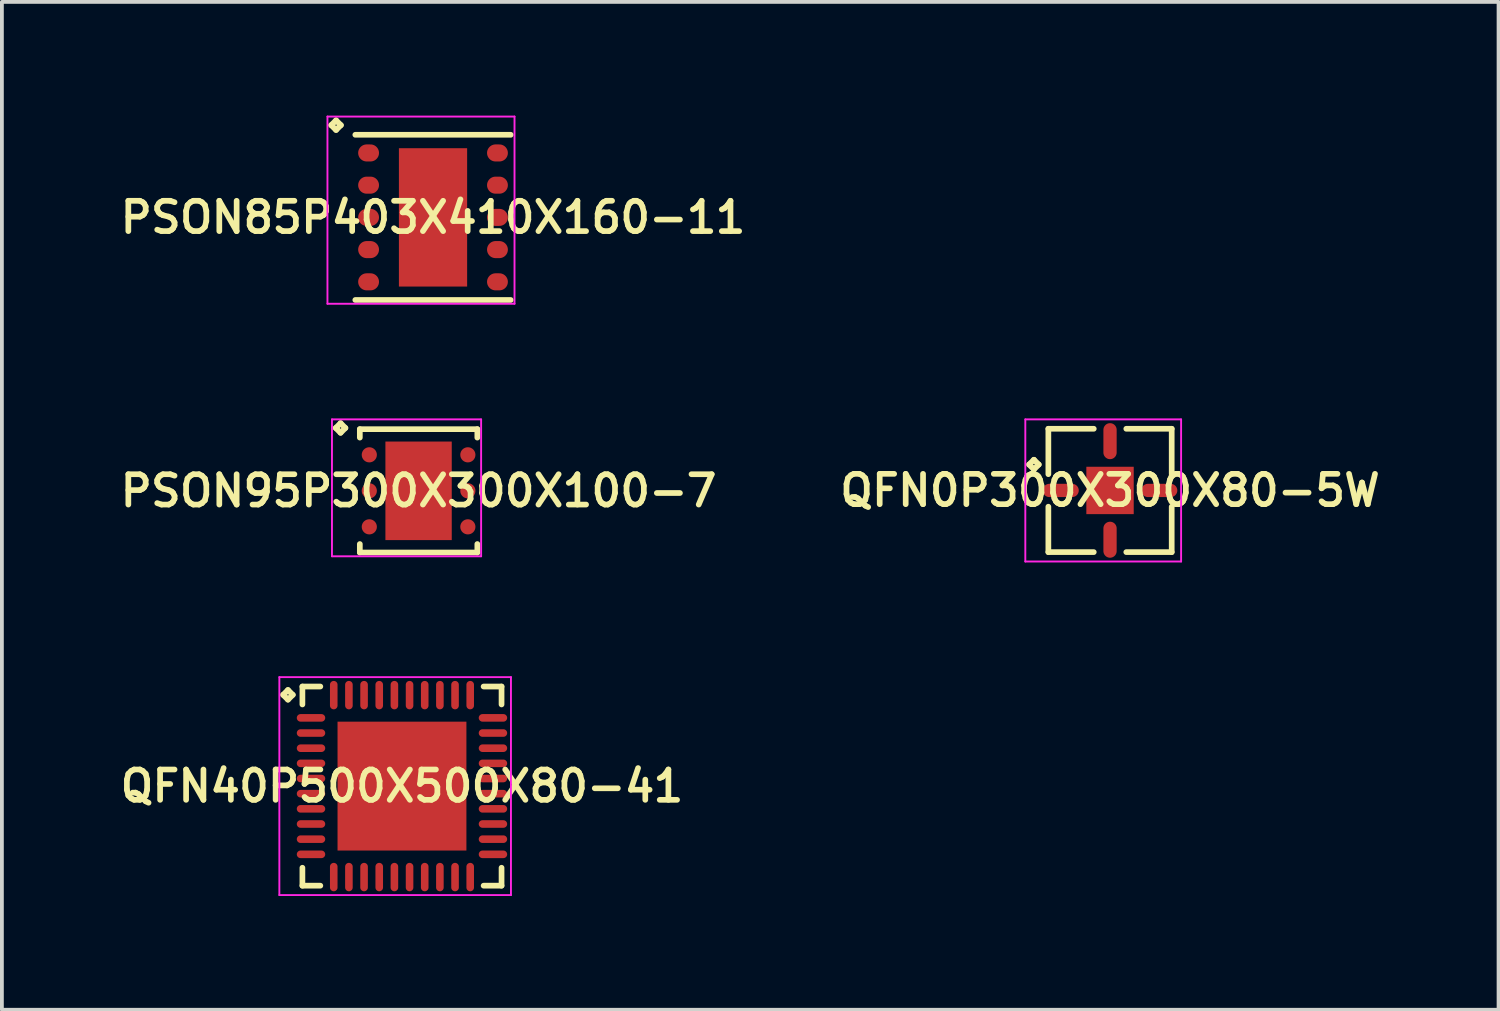
<source format=kicad_pcb>
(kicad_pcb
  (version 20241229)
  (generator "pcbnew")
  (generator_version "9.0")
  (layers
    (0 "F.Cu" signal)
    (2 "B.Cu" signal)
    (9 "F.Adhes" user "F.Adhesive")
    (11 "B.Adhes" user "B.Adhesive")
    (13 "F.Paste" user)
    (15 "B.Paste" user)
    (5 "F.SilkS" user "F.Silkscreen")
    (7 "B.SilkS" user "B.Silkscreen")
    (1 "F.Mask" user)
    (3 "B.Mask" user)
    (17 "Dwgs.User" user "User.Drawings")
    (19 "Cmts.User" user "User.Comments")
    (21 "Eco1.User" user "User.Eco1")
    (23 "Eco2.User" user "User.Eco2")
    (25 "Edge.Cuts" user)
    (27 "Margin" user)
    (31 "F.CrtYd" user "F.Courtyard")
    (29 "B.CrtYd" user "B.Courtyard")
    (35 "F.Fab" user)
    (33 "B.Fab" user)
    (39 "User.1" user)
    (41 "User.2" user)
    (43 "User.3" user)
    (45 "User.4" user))
  (footprint "QFN0P300X300X80-5W"
    (layer "F.Cu")
    (at 26.235 9.889)
    (property "Reference" "QFN0P300X300X80-5W" (at 0 0 0) (layer "F.SilkS") (effects (font (size 0.8 0.8) (thickness 0.15))))
    (attr smd)
    (fp_line (start -2.135 -0.683) (end -2.008 -0.81) (stroke (width 0.15) (type solid)) (layer "F.SilkS"))
    (fp_line (start -2.008 -0.81) (end -1.881 -0.683) (stroke (width 0.15) (type solid)) (layer "F.SilkS"))
    (fp_line (start -2.008 -0.556) (end -2.135 -0.683) (stroke (width 0.15) (type solid)) (layer "F.SilkS"))
    (fp_line (start -1.881 -0.683) (end -2.008 -0.556) (stroke (width 0.15) (type solid)) (layer "F.SilkS"))
    (fp_line (start -1.627 -1.627) (end -0.429 -1.627) (stroke (width 0.15) (type solid)) (layer "F.SilkS"))
    (fp_line (start -1.627 -0.429) (end -1.627 -1.627) (stroke (width 0.15) (type solid)) (layer "F.SilkS"))
    (fp_line (start -1.627 0.429) (end -1.627 1.627) (stroke (width 0.15) (type solid)) (layer "F.SilkS"))
    (fp_line (start -1.627 1.627) (end -0.429 1.627) (stroke (width 0.15) (type solid)) (layer "F.SilkS"))
    (fp_line (start 0.429 -1.627) (end 1.627 -1.627) (stroke (width 0.15) (type solid)) (layer "F.SilkS"))
    (fp_line (start 0.429 1.627) (end 1.627 1.627) (stroke (width 0.15) (type solid)) (layer "F.SilkS"))
    (fp_line (start 1.627 -1.627) (end 1.627 -0.429) (stroke (width 0.15) (type solid)) (layer "F.SilkS"))
    (fp_line (start 1.627 1.627) (end 1.627 0.429) (stroke (width 0.15) (type solid)) (layer "F.SilkS"))
    (fp_line (start -2.235 -1.875) (end 1.875 -1.875) (stroke (width 0.05) (type solid)) (layer "F.CrtYd"))
    (fp_line (start -2.235 1.875) (end -2.235 -1.875) (stroke (width 0.05) (type solid)) (layer "F.CrtYd"))
    (fp_line (start 1.875 -1.875) (end 1.875 1.875) (stroke (width 0.05) (type solid)) (layer "F.CrtYd"))
    (fp_line (start 1.875 1.875) (end -2.235 1.875) (stroke (width 0.05) (type solid)) (layer "F.CrtYd"))
    (pad "1" smd oval (at -1.3 0) (size 0.95 0.35) (layers "F.Cu" "F.Mask" "F.Paste"))
    (pad "2" smd oval (at 0 1.3) (size 0.35 0.95) (layers "F.Cu" "F.Mask" "F.Paste"))
    (pad "3" smd oval (at 1.3 0) (size 0.95 0.35) (layers "F.Cu" "F.Mask" "F.Paste"))
    (pad "4" smd oval (at 0 -1.3) (size 0.35 0.95) (layers "F.Cu" "F.Mask" "F.Paste"))
    (pad "5" smd rect (at 0 0) (size 1.25 1.25) (layers "F.Cu" "F.Mask" "F.Paste")))
  (footprint "QFN40P500X500X80-41"
    (layer "F.Cu")
    (at 7.555 17.689)
    (property "Reference" "QFN40P500X500X80-41" (at 0 0 0) (layer "F.SilkS") (effects (font (size 0.8 0.8) (thickness 0.15))))
    (attr smd)
    (fp_line (start -3.135 -2.408) (end -3.008 -2.535) (stroke (width 0.15) (type solid)) (layer "F.SilkS"))
    (fp_line (start -3.008 -2.535) (end -2.881 -2.408) (stroke (width 0.15) (type solid)) (layer "F.SilkS"))
    (fp_line (start -3.008 -2.281) (end -3.135 -2.408) (stroke (width 0.15) (type solid)) (layer "F.SilkS"))
    (fp_line (start -2.881 -2.408) (end -3.008 -2.281) (stroke (width 0.15) (type solid)) (layer "F.SilkS"))
    (fp_line (start -2.627 -2.627) (end -2.154 -2.627) (stroke (width 0.15) (type solid)) (layer "F.SilkS"))
    (fp_line (start -2.627 -2.154) (end -2.627 -2.627) (stroke (width 0.15) (type solid)) (layer "F.SilkS"))
    (fp_line (start -2.627 2.154) (end -2.627 2.627) (stroke (width 0.15) (type solid)) (layer "F.SilkS"))
    (fp_line (start -2.627 2.627) (end -2.154 2.627) (stroke (width 0.15) (type solid)) (layer "F.SilkS"))
    (fp_line (start 2.154 -2.627) (end 2.627 -2.627) (stroke (width 0.15) (type solid)) (layer "F.SilkS"))
    (fp_line (start 2.154 2.627) (end 2.627 2.627) (stroke (width 0.15) (type solid)) (layer "F.SilkS"))
    (fp_line (start 2.627 -2.627) (end 2.627 -2.154) (stroke (width 0.15) (type solid)) (layer "F.SilkS"))
    (fp_line (start 2.627 2.627) (end 2.627 2.154) (stroke (width 0.15) (type solid)) (layer "F.SilkS"))
    (fp_line (start -3.235 -2.875) (end 2.875 -2.875) (stroke (width 0.05) (type solid)) (layer "F.CrtYd"))
    (fp_line (start -3.235 2.875) (end -3.235 -2.875) (stroke (width 0.05) (type solid)) (layer "F.CrtYd"))
    (fp_line (start 2.875 -2.875) (end 2.875 2.875) (stroke (width 0.05) (type solid)) (layer "F.CrtYd"))
    (fp_line (start 2.875 2.875) (end -3.235 2.875) (stroke (width 0.05) (type solid)) (layer "F.CrtYd"))
    (pad "1" smd oval (at -2.4 -1.8) (size 0.75 0.2) (layers "F.Cu" "F.Mask" "F.Paste"))
    (pad "2" smd oval (at -2.4 -1.4) (size 0.75 0.2) (layers "F.Cu" "F.Mask" "F.Paste"))
    (pad "3" smd oval (at -2.4 -1) (size 0.75 0.2) (layers "F.Cu" "F.Mask" "F.Paste"))
    (pad "4" smd oval (at -2.4 -0.6) (size 0.75 0.2) (layers "F.Cu" "F.Mask" "F.Paste"))
    (pad "5" smd oval (at -2.4 -0.2) (size 0.75 0.2) (layers "F.Cu" "F.Mask" "F.Paste"))
    (pad "6" smd oval (at -2.4 0.2) (size 0.75 0.2) (layers "F.Cu" "F.Mask" "F.Paste"))
    (pad "7" smd oval (at -2.4 0.6) (size 0.75 0.2) (layers "F.Cu" "F.Mask" "F.Paste"))
    (pad "8" smd oval (at -2.4 1) (size 0.75 0.2) (layers "F.Cu" "F.Mask" "F.Paste"))
    (pad "9" smd oval (at -2.4 1.4) (size 0.75 0.2) (layers "F.Cu" "F.Mask" "F.Paste"))
    (pad "10" smd oval (at -2.4 1.8) (size 0.75 0.2) (layers "F.Cu" "F.Mask" "F.Paste"))
    (pad "11" smd oval (at -1.8 2.4) (size 0.2 0.75) (layers "F.Cu" "F.Mask" "F.Paste"))
    (pad "12" smd oval (at -1.4 2.4) (size 0.2 0.75) (layers "F.Cu" "F.Mask" "F.Paste"))
    (pad "13" smd oval (at -1 2.4) (size 0.2 0.75) (layers "F.Cu" "F.Mask" "F.Paste"))
    (pad "14" smd oval (at -0.6 2.4) (size 0.2 0.75) (layers "F.Cu" "F.Mask" "F.Paste"))
    (pad "15" smd oval (at -0.2 2.4) (size 0.2 0.75) (layers "F.Cu" "F.Mask" "F.Paste"))
    (pad "16" smd oval (at 0.2 2.4) (size 0.2 0.75) (layers "F.Cu" "F.Mask" "F.Paste"))
    (pad "17" smd oval (at 0.6 2.4) (size 0.2 0.75) (layers "F.Cu" "F.Mask" "F.Paste"))
    (pad "18" smd oval (at 1 2.4) (size 0.2 0.75) (layers "F.Cu" "F.Mask" "F.Paste"))
    (pad "19" smd oval (at 1.4 2.4) (size 0.2 0.75) (layers "F.Cu" "F.Mask" "F.Paste"))
    (pad "20" smd oval (at 1.8 2.4) (size 0.2 0.75) (layers "F.Cu" "F.Mask" "F.Paste"))
    (pad "21" smd oval (at 2.4 1.8) (size 0.75 0.2) (layers "F.Cu" "F.Mask" "F.Paste"))
    (pad "22" smd oval (at 2.4 1.4) (size 0.75 0.2) (layers "F.Cu" "F.Mask" "F.Paste"))
    (pad "23" smd oval (at 2.4 1) (size 0.75 0.2) (layers "F.Cu" "F.Mask" "F.Paste"))
    (pad "24" smd oval (at 2.4 0.6) (size 0.75 0.2) (layers "F.Cu" "F.Mask" "F.Paste"))
    (pad "25" smd oval (at 2.4 0.2) (size 0.75 0.2) (layers "F.Cu" "F.Mask" "F.Paste"))
    (pad "26" smd oval (at 2.4 -0.2) (size 0.75 0.2) (layers "F.Cu" "F.Mask" "F.Paste"))
    (pad "27" smd oval (at 2.4 -0.6) (size 0.75 0.2) (layers "F.Cu" "F.Mask" "F.Paste"))
    (pad "28" smd oval (at 2.4 -1) (size 0.75 0.2) (layers "F.Cu" "F.Mask" "F.Paste"))
    (pad "29" smd oval (at 2.4 -1.4) (size 0.75 0.2) (layers "F.Cu" "F.Mask" "F.Paste"))
    (pad "30" smd oval (at 2.4 -1.8) (size 0.75 0.2) (layers "F.Cu" "F.Mask" "F.Paste"))
    (pad "31" smd oval (at 1.8 -2.4) (size 0.2 0.75) (layers "F.Cu" "F.Mask" "F.Paste"))
    (pad "32" smd oval (at 1.4 -2.4) (size 0.2 0.75) (layers "F.Cu" "F.Mask" "F.Paste"))
    (pad "33" smd oval (at 1 -2.4) (size 0.2 0.75) (layers "F.Cu" "F.Mask" "F.Paste"))
    (pad "34" smd oval (at 0.6 -2.4) (size 0.2 0.75) (layers "F.Cu" "F.Mask" "F.Paste"))
    (pad "35" smd oval (at 0.2 -2.4) (size 0.2 0.75) (layers "F.Cu" "F.Mask" "F.Paste"))
    (pad "36" smd oval (at -0.2 -2.4) (size 0.2 0.75) (layers "F.Cu" "F.Mask" "F.Paste"))
    (pad "37" smd oval (at -0.6 -2.4) (size 0.2 0.75) (layers "F.Cu" "F.Mask" "F.Paste"))
    (pad "38" smd oval (at -1 -2.4) (size 0.2 0.75) (layers "F.Cu" "F.Mask" "F.Paste"))
    (pad "39" smd oval (at -1.4 -2.4) (size 0.2 0.75) (layers "F.Cu" "F.Mask" "F.Paste"))
    (pad "40" smd oval (at -1.8 -2.4) (size 0.2 0.75) (layers "F.Cu" "F.Mask" "F.Paste"))
    (pad "41" smd rect (at 0 0) (size 3.4 3.4) (layers "F.Cu" "F.Mask" "F.Paste")))
  (footprint "PSON95P300X300X100-7"
    (layer "F.Cu")
    (at 7.993 9.899)
    (property "Reference" "PSON95P300X300X100-7" (at 0 0 0) (layer "F.SilkS") (effects (font (size 0.8 0.8) (thickness 0.15))))
    (attr smd)
    (fp_line (start -2.185 -1.658) (end -2.058 -1.785) (stroke (width 0.15) (type solid)) (layer "F.SilkS"))
    (fp_line (start -2.058 -1.785) (end -1.931 -1.658) (stroke (width 0.15) (type solid)) (layer "F.SilkS"))
    (fp_line (start -2.058 -1.531) (end -2.185 -1.658) (stroke (width 0.15) (type solid)) (layer "F.SilkS"))
    (fp_line (start -1.931 -1.658) (end -2.058 -1.531) (stroke (width 0.15) (type solid)) (layer "F.SilkS"))
    (fp_line (start -1.55 -1.627) (end 1.55 -1.627) (stroke (width 0.15) (type solid)) (layer "F.SilkS"))
    (fp_line (start -1.55 -1.404) (end -1.55 -1.627) (stroke (width 0.15) (type solid)) (layer "F.SilkS"))
    (fp_line (start -1.55 1.404) (end -1.55 1.627) (stroke (width 0.15) (type solid)) (layer "F.SilkS"))
    (fp_line (start -1.55 1.627) (end 1.55 1.627) (stroke (width 0.15) (type solid)) (layer "F.SilkS"))
    (fp_line (start 1.55 -1.627) (end 1.55 -1.404) (stroke (width 0.15) (type solid)) (layer "F.SilkS"))
    (fp_line (start 1.55 1.627) (end 1.55 1.404) (stroke (width 0.15) (type solid)) (layer "F.SilkS"))
    (fp_line (start -2.285 -1.885) (end 1.65 -1.885) (stroke (width 0.05) (type solid)) (layer "F.CrtYd"))
    (fp_line (start -2.285 1.727) (end -2.285 -1.885) (stroke (width 0.05) (type solid)) (layer "F.CrtYd"))
    (fp_line (start 1.65 -1.885) (end 1.65 1.727) (stroke (width 0.05) (type solid)) (layer "F.CrtYd"))
    (fp_line (start 1.65 1.727) (end -2.285 1.727) (stroke (width 0.05) (type solid)) (layer "F.CrtYd"))
    (pad "1" smd oval (at -1.3 -0.95) (size 0.4 0.4) (layers "F.Cu" "F.Mask" "F.Paste"))
    (pad "2" smd oval (at -1.3 0) (size 0.4 0.4) (layers "F.Cu" "F.Mask" "F.Paste"))
    (pad "3" smd oval (at -1.3 0.95) (size 0.4 0.4) (layers "F.Cu" "F.Mask" "F.Paste"))
    (pad "4" smd oval (at 1.3 0.95) (size 0.4 0.4) (layers "F.Cu" "F.Mask" "F.Paste"))
    (pad "5" smd oval (at 1.3 0) (size 0.4 0.4) (layers "F.Cu" "F.Mask" "F.Paste"))
    (pad "6" smd oval (at 1.3 -0.95) (size 0.4 0.4) (layers "F.Cu" "F.Mask" "F.Paste"))
    (pad "7" smd rect (at 0 0) (size 1.75 2.6) (layers "F.Cu" "F.Mask" "F.Paste")))
  (footprint "PSON85P403X410X160-11"
    (layer "F.Cu")
    (at 8.374 2.685)
    (property "Reference" "PSON85P403X410X160-11" (at 0 0 0) (layer "F.SilkS") (effects (font (size 0.8 0.8) (thickness 0.15))))
    (attr smd)
    (fp_line (start -2.685 -2.433) (end -2.558 -2.56) (stroke (width 0.15) (type solid)) (layer "F.SilkS"))
    (fp_line (start -2.558 -2.56) (end -2.431 -2.433) (stroke (width 0.15) (type solid)) (layer "F.SilkS"))
    (fp_line (start -2.558 -2.306) (end -2.685 -2.433) (stroke (width 0.15) (type solid)) (layer "F.SilkS"))
    (fp_line (start -2.431 -2.433) (end -2.558 -2.306) (stroke (width 0.15) (type solid)) (layer "F.SilkS"))
    (fp_line (start -2.05 -2.179) (end 2.05 -2.179) (stroke (width 0.15) (type solid)) (layer "F.SilkS"))
    (fp_line (start -2.05 2.179) (end 2.05 2.179) (stroke (width 0.15) (type solid)) (layer "F.SilkS"))
    (fp_line (start -2.785 -2.66) (end 2.15 -2.66) (stroke (width 0.05) (type solid)) (layer "F.CrtYd"))
    (fp_line (start -2.785 2.279) (end -2.785 -2.66) (stroke (width 0.05) (type solid)) (layer "F.CrtYd"))
    (fp_line (start 2.15 -2.66) (end 2.15 2.279) (stroke (width 0.05) (type solid)) (layer "F.CrtYd"))
    (fp_line (start 2.15 2.279) (end -2.785 2.279) (stroke (width 0.05) (type solid)) (layer "F.CrtYd"))
    (pad "1" smd oval (at -1.7 -1.7) (size 0.55 0.45) (layers "F.Cu" "F.Mask" "F.Paste"))
    (pad "2" smd oval (at -1.7 -0.85) (size 0.55 0.45) (layers "F.Cu" "F.Mask" "F.Paste"))
    (pad "3" smd oval (at -1.7 0) (size 0.55 0.45) (layers "F.Cu" "F.Mask" "F.Paste"))
    (pad "4" smd oval (at -1.7 0.85) (size 0.55 0.45) (layers "F.Cu" "F.Mask" "F.Paste"))
    (pad "5" smd oval (at -1.7 1.7) (size 0.55 0.45) (layers "F.Cu" "F.Mask" "F.Paste"))
    (pad "6" smd oval (at 1.7 1.7) (size 0.55 0.45) (layers "F.Cu" "F.Mask" "F.Paste"))
    (pad "7" smd oval (at 1.7 0.85) (size 0.55 0.45) (layers "F.Cu" "F.Mask" "F.Paste"))
    (pad "8" smd oval (at 1.7 0) (size 0.55 0.45) (layers "F.Cu" "F.Mask" "F.Paste"))
    (pad "9" smd oval (at 1.7 -0.85) (size 0.55 0.45) (layers "F.Cu" "F.Mask" "F.Paste"))
    (pad "10" smd oval (at 1.7 -1.7) (size 0.55 0.45) (layers "F.Cu" "F.Mask" "F.Paste"))
    (pad "11" smd rect (at 0 0) (size 1.8 3.65) (layers "F.Cu" "F.Mask" "F.Paste")))
  (gr_rect
    (start -3 -3)
    (end 36.485 23.589)
    (stroke (width 0.1) (type default))
    (fill no)
    (layer "Edge.Cuts")))
</source>
